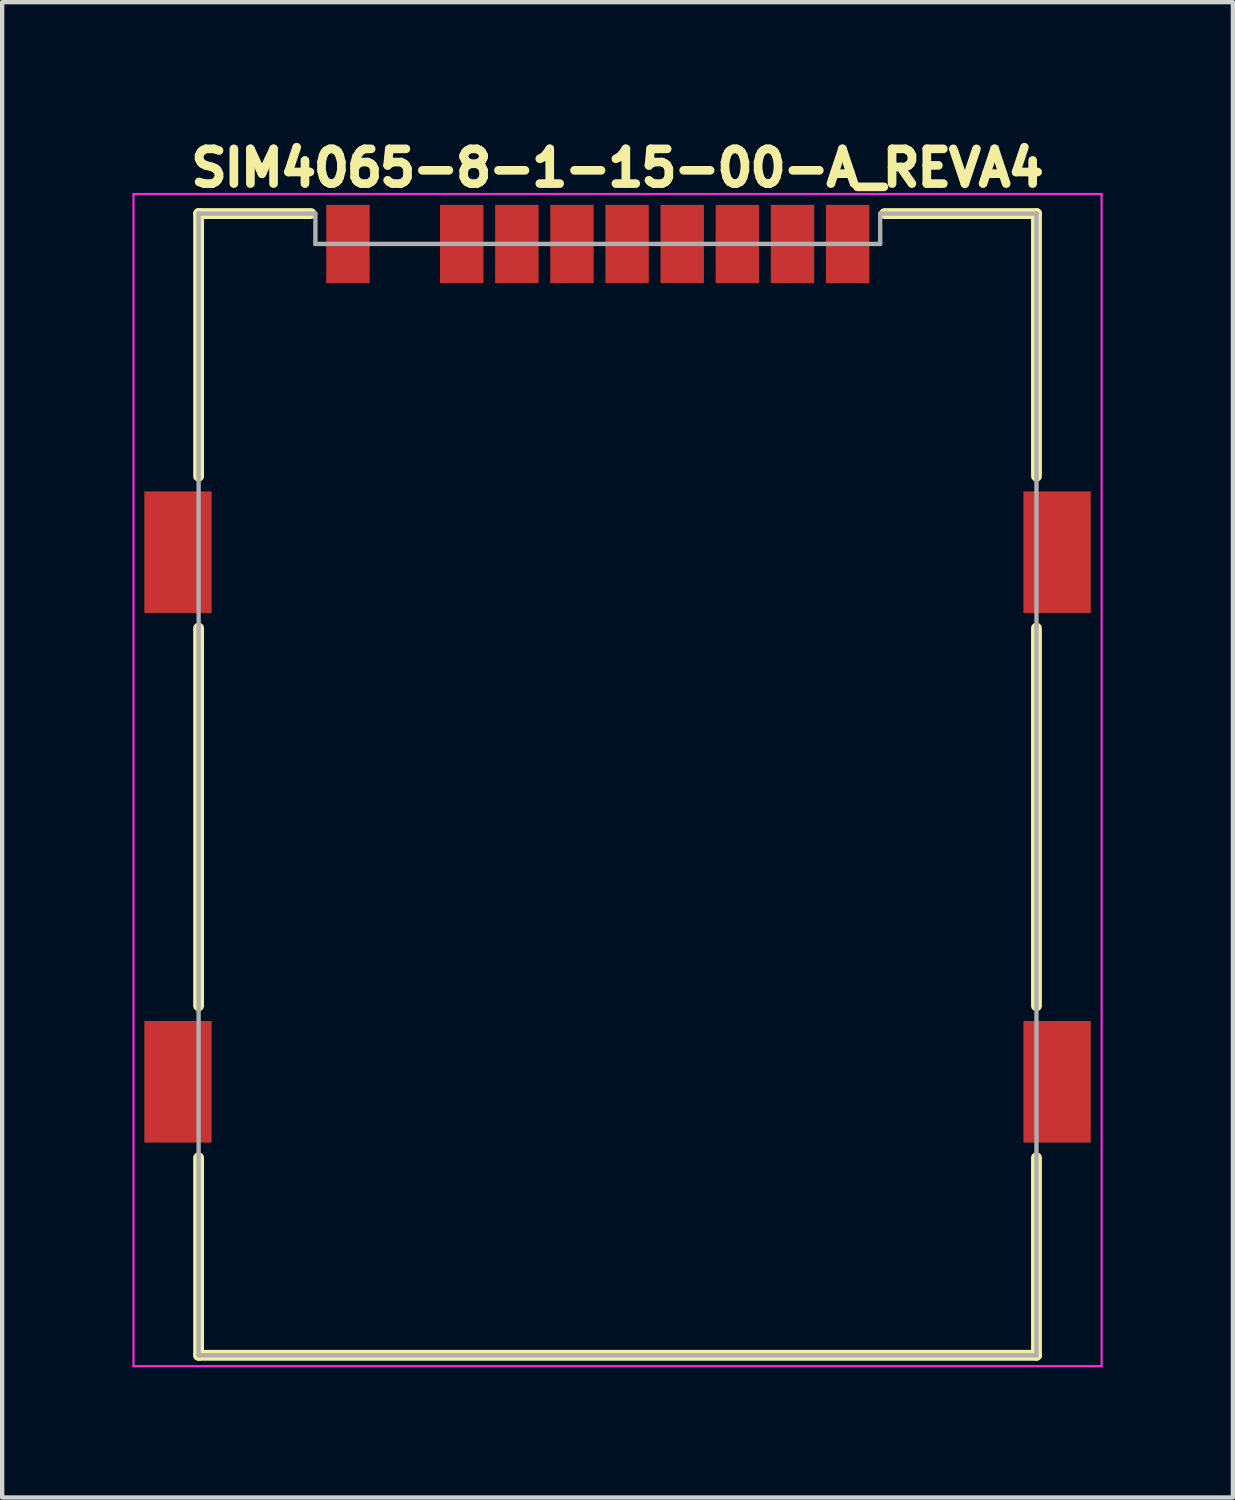
<source format=kicad_pcb>
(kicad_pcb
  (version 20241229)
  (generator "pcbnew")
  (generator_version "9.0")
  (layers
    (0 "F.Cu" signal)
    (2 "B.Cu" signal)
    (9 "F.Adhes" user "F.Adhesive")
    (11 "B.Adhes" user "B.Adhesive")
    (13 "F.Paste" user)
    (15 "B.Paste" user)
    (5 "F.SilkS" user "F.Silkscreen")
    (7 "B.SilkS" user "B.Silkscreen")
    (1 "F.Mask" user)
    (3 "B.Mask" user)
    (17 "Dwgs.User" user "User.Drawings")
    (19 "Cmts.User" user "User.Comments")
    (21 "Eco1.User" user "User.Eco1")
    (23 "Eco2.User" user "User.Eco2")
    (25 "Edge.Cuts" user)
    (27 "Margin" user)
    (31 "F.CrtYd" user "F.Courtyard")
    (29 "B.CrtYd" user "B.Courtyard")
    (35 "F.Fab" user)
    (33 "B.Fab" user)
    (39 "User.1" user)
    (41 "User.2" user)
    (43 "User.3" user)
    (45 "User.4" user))
  (footprint "SIM4065-8-1-15-00-A_REVA4"
    (layer "F.Cu")
    (at 11.175 14.919)
    (property "Reference" "SIM4065-8-1-15-00-A_REVA4" (at 0 -14.1 0) (layer "F.SilkS") (effects (font (size 0.8 0.8) (thickness 0.2) (bold yes))))
    (attr smd)
    (fp_line (start -9.65 -13.05) (end -7.06 -13.05) (stroke (width 0.25) (type solid)) (layer "F.SilkS"))
    (fp_line (start -9.65 -7) (end -9.65 -13.05) (stroke (width 0.25) (type solid)) (layer "F.SilkS"))
    (fp_line (start -9.65 -3.5) (end -9.65 5.2) (stroke (width 0.25) (type solid)) (layer "F.SilkS"))
    (fp_line (start -9.65 13.25) (end -9.65 8.7) (stroke (width 0.25) (type solid)) (layer "F.SilkS"))
    (fp_line (start -9.65 13.25) (end 9.65 13.25) (stroke (width 0.25) (type solid)) (layer "F.SilkS"))
    (fp_line (start 6.15 -13.05) (end 9.65 -13.05) (stroke (width 0.25) (type solid)) (layer "F.SilkS"))
    (fp_line (start 9.65 -7) (end 9.65 -13.05) (stroke (width 0.25) (type solid)) (layer "F.SilkS"))
    (fp_line (start 9.65 -3.5) (end 9.65 5.2) (stroke (width 0.25) (type solid)) (layer "F.SilkS"))
    (fp_line (start 9.65 13.25) (end 9.65 8.7) (stroke (width 0.25) (type solid)) (layer "F.SilkS"))
    (fp_line (start -11.15 -13.5) (end 11.15 -13.5) (stroke (width 0.05) (type solid)) (layer "F.CrtYd"))
    (fp_line (start -11.15 13.5) (end -11.15 -13.5) (stroke (width 0.05) (type solid)) (layer "F.CrtYd"))
    (fp_line (start -11.15 13.5) (end 11.15 13.5) (stroke (width 0.05) (type solid)) (layer "F.CrtYd"))
    (fp_line (start 11.15 13.5) (end 11.15 -13.5) (stroke (width 0.05) (type solid)) (layer "F.CrtYd"))
    (fp_line (start -9.65 -13.05) (end -6.96 -13.05) (stroke (width 0.1) (type solid)) (layer "F.Fab"))
    (fp_line (start -9.65 13.25) (end -9.65 -13.05) (stroke (width 0.1) (type solid)) (layer "F.Fab"))
    (fp_line (start -9.65 13.25) (end 9.65 13.25) (stroke (width 0.1) (type solid)) (layer "F.Fab"))
    (fp_line (start -6.96 -12.35) (end -6.96 -13.05) (stroke (width 0.1) (type solid)) (layer "F.Fab"))
    (fp_line (start -6.96 -12.35) (end 6.05 -12.35) (stroke (width 0.1) (type solid)) (layer "F.Fab"))
    (fp_line (start 6.05 -13.05) (end 9.65 -13.05) (stroke (width 0.1) (type solid)) (layer "F.Fab"))
    (fp_line (start 6.05 -12.35) (end 6.05 -13.05) (stroke (width 0.1) (type solid)) (layer "F.Fab"))
    (fp_line (start 9.65 13.25) (end 9.65 -13.05) (stroke (width 0.1) (type solid)) (layer "F.Fab"))
    (pad "C1" smd rect (at 5.3 -12.35) (size 1 1.8) (layers "F.Cu" "F.Mask" "F.Paste"))
    (pad "C2" smd rect (at 2.76 -12.35) (size 1 1.8) (layers "F.Cu" "F.Mask" "F.Paste"))
    (pad "C3" smd rect (at 0.22 -12.35) (size 1 1.8) (layers "F.Cu" "F.Mask" "F.Paste"))
    (pad "C4" smd rect (at -2.32 -12.35) (size 1 1.8) (layers "F.Cu" "F.Mask" "F.Paste"))
    (pad "C5" smd rect (at 4.03 -12.35) (size 1 1.8) (layers "F.Cu" "F.Mask" "F.Paste"))
    (pad "C6" smd rect (at 1.49 -12.35) (size 1 1.8) (layers "F.Cu" "F.Mask" "F.Paste"))
    (pad "C7" smd rect (at -1.05 -12.35) (size 1 1.8) (layers "F.Cu" "F.Mask" "F.Paste"))
    (pad "C8" smd rect (at -3.59 -12.35) (size 1 1.8) (layers "F.Cu" "F.Mask" "F.Paste"))
    (pad "CD" smd rect (at -6.21 -12.35) (size 1 1.8) (layers "F.Cu" "F.Mask" "F.Paste"))
    (pad "SH" smd rect (at -10.125 -5.25) (size 1.55 2.8) (layers "F.Cu" "F.Mask" "F.Paste"))
    (pad "SH" smd rect (at -10.125 6.95) (size 1.55 2.8) (layers "F.Cu" "F.Mask" "F.Paste"))
    (pad "SH" smd rect (at 10.125 -5.25) (size 1.55 2.8) (layers "F.Cu" "F.Mask" "F.Paste"))
    (pad "SH" smd rect (at 10.125 6.95) (size 1.55 2.8) (layers "F.Cu" "F.Mask" "F.Paste"))
    (zone (net_name "") (layer "F.Cu") (hatch full 0.508) (connect_pads) (min_thickness 0.01) (filled_areas_thickness no) (keepout (tracks not_allowed) (vias not_allowed) (pads not_allowed) (copperpour not_allowed) (footprints allowed)) (placement (enabled no)) (fill) (polygon (pts (xy 5.295 19.699) (xy 6.895 19.699) (xy 6.895 15.899) (xy 5.295 15.899))))
    (zone (net_name "") (layer "F.Cu") (hatch full 0.508) (connect_pads) (min_thickness 0.01) (filled_areas_thickness no) (keepout (tracks not_allowed) (vias not_allowed) (pads not_allowed) (copperpour not_allowed) (footprints allowed)) (placement (enabled no)) (fill) (polygon (pts (xy 5.295 27.299) (xy 6.895 27.299) (xy 6.895 23.599) (xy 5.295 23.599))))
    (zone (net_name "") (layer "F.Cu") (hatch full 0.508) (connect_pads) (min_thickness 0.01) (filled_areas_thickness no) (keepout (tracks not_allowed) (vias not_allowed) (pads not_allowed) (copperpour not_allowed) (footprints allowed)) (placement (enabled no)) (fill) (polygon (pts (xy 7.835 19.699) (xy 9.435 19.699) (xy 9.435 15.899) (xy 7.835 15.899))))
    (zone (net_name "") (layer "F.Cu") (hatch full 0.508) (connect_pads) (min_thickness 0.01) (filled_areas_thickness no) (keepout (tracks not_allowed) (vias not_allowed) (pads not_allowed) (copperpour not_allowed) (footprints allowed)) (placement (enabled no)) (fill) (polygon (pts (xy 7.835 27.299) (xy 9.435 27.299) (xy 9.435 23.599) (xy 7.835 23.599))))
    (zone (net_name "") (layer "F.Cu") (hatch full 0.508) (connect_pads) (min_thickness 0.01) (filled_areas_thickness no) (keepout (tracks not_allowed) (vias not_allowed) (pads not_allowed) (copperpour not_allowed) (footprints allowed)) (placement (enabled no)) (fill) (polygon (pts (xy 10.375 19.699) (xy 11.975 19.699) (xy 11.975 15.899) (xy 10.375 15.899))))
    (zone (net_name "") (layer "F.Cu") (hatch full 0.508) (connect_pads) (min_thickness 0.01) (filled_areas_thickness no) (keepout (tracks not_allowed) (vias not_allowed) (pads not_allowed) (copperpour not_allowed) (footprints allowed)) (placement (enabled no)) (fill) (polygon (pts (xy 10.375 27.299) (xy 11.975 27.299) (xy 11.975 23.599) (xy 10.375 23.599))))
    (zone (net_name "") (layer "F.Cu") (hatch full 0.508) (connect_pads) (min_thickness 0.01) (filled_areas_thickness no) (keepout (tracks not_allowed) (vias not_allowed) (pads not_allowed) (copperpour not_allowed) (footprints allowed)) (placement (enabled no)) (fill) (polygon (pts (xy 12.915 19.699) (xy 14.515 19.699) (xy 14.515 15.899) (xy 12.915 15.899))))
    (zone (net_name "") (layer "F.Cu") (hatch full 0.508) (connect_pads) (min_thickness 0.01) (filled_areas_thickness no) (keepout (tracks not_allowed) (vias not_allowed) (pads not_allowed) (copperpour not_allowed) (footprints allowed)) (placement (enabled no)) (fill) (polygon (pts (xy 12.915 27.299) (xy 14.515 27.299) (xy 14.515 23.599) (xy 12.915 23.599))))
    (zone (net_name "") (layer "F.Cu") (hatch full 0.508) (connect_pads) (min_thickness 0.01) (filled_areas_thickness no) (keepout (tracks not_allowed) (vias not_allowed) (pads not_allowed) (copperpour not_allowed) (footprints allowed)) (placement (enabled no)) (fill) (polygon (pts (xy 2.275 3.369) (xy 3.525 3.369) (xy 3.525 4.069) (xy 6.175 4.069) (xy 6.175 10.419) (xy 4.475 10.419) (xy 4.475 5.769) (xy 2.275 5.769))))
    (zone (net_name "") (layer "F.Cu") (hatch full 0.508) (connect_pads) (min_thickness 0.01) (filled_areas_thickness no) (keepout (tracks not_allowed) (vias not_allowed) (pads not_allowed) (copperpour not_allowed) (footprints allowed)) (placement (enabled no)) (fill) (polygon (pts (xy 17.325 28.169) (xy 20.625 28.169) (xy 20.625 23.369) (xy 20.425 23.369) (xy 20.425 20.369) (xy 20.625 20.369) (xy 20.625 11.169) (xy 20.425 11.169) (xy 20.425 8.169) (xy 20.625 8.169) (xy 20.625 2.069) (xy 17.325 2.069))))
    (zone (net_name "") (layers "F.Cu" "B.Cu") (hatch full 0.508) (connect_pads) (min_thickness 0.01) (filled_areas_thickness no) (keepout (tracks allowed) (vias not_allowed) (pads allowed) (copperpour allowed) (footprints allowed)) (placement (enabled no)) (fill) (polygon (pts (xy 5.295 19.699) (xy 6.895 19.699) (xy 6.895 15.899) (xy 5.295 15.899))))
    (zone (net_name "") (layers "F.Cu" "B.Cu") (hatch full 0.508) (connect_pads) (min_thickness 0.01) (filled_areas_thickness no) (keepout (tracks allowed) (vias not_allowed) (pads allowed) (copperpour allowed) (footprints allowed)) (placement (enabled no)) (fill) (polygon (pts (xy 5.295 27.299) (xy 6.895 27.299) (xy 6.895 23.599) (xy 5.295 23.599))))
    (zone (net_name "") (layers "F.Cu" "B.Cu") (hatch full 0.508) (connect_pads) (min_thickness 0.01) (filled_areas_thickness no) (keepout (tracks allowed) (vias not_allowed) (pads allowed) (copperpour allowed) (footprints allowed)) (placement (enabled no)) (fill) (polygon (pts (xy 7.835 19.699) (xy 9.435 19.699) (xy 9.435 15.899) (xy 7.835 15.899))))
    (zone (net_name "") (layers "F.Cu" "B.Cu") (hatch full 0.508) (connect_pads) (min_thickness 0.01) (filled_areas_thickness no) (keepout (tracks allowed) (vias not_allowed) (pads allowed) (copperpour allowed) (footprints allowed)) (placement (enabled no)) (fill) (polygon (pts (xy 7.835 27.299) (xy 9.435 27.299) (xy 9.435 23.599) (xy 7.835 23.599))))
    (zone (net_name "") (layers "F.Cu" "B.Cu") (hatch full 0.508) (connect_pads) (min_thickness 0.01) (filled_areas_thickness no) (keepout (tracks allowed) (vias not_allowed) (pads allowed) (copperpour allowed) (footprints allowed)) (placement (enabled no)) (fill) (polygon (pts (xy 10.375 19.699) (xy 11.975 19.699) (xy 11.975 15.899) (xy 10.375 15.899))))
    (zone (net_name "") (layers "F.Cu" "B.Cu") (hatch full 0.508) (connect_pads) (min_thickness 0.01) (filled_areas_thickness no) (keepout (tracks allowed) (vias not_allowed) (pads allowed) (copperpour allowed) (footprints allowed)) (placement (enabled no)) (fill) (polygon (pts (xy 10.375 27.299) (xy 11.975 27.299) (xy 11.975 23.599) (xy 10.375 23.599))))
    (zone (net_name "") (layers "F.Cu" "B.Cu") (hatch full 0.508) (connect_pads) (min_thickness 0.01) (filled_areas_thickness no) (keepout (tracks allowed) (vias not_allowed) (pads allowed) (copperpour allowed) (footprints allowed)) (placement (enabled no)) (fill) (polygon (pts (xy 12.915 19.699) (xy 14.515 19.699) (xy 14.515 15.899) (xy 12.915 15.899))))
    (zone (net_name "") (layers "F.Cu" "B.Cu") (hatch full 0.508) (connect_pads) (min_thickness 0.01) (filled_areas_thickness no) (keepout (tracks allowed) (vias not_allowed) (pads allowed) (copperpour allowed) (footprints allowed)) (placement (enabled no)) (fill) (polygon (pts (xy 12.915 27.299) (xy 14.515 27.299) (xy 14.515 23.599) (xy 12.915 23.599))))
    (zone (net_name "") (layers "F.Cu" "B.Cu") (hatch full 0.508) (connect_pads) (min_thickness 0.01) (filled_areas_thickness no) (keepout (tracks allowed) (vias not_allowed) (pads allowed) (copperpour allowed) (footprints allowed)) (placement (enabled no)) (fill) (polygon (pts (xy 2.275 3.369) (xy 3.525 3.369) (xy 3.525 4.069) (xy 6.175 4.069) (xy 6.175 10.419) (xy 4.475 10.419) (xy 4.475 5.769) (xy 2.275 5.769))))
    (zone (net_name "") (layers "F.Cu" "B.Cu") (hatch full 0.508) (connect_pads) (min_thickness 0.01) (filled_areas_thickness no) (keepout (tracks allowed) (vias not_allowed) (pads allowed) (copperpour allowed) (footprints allowed)) (placement (enabled no)) (fill) (polygon (pts (xy 17.325 28.169) (xy 20.625 28.169) (xy 20.625 23.369) (xy 20.425 23.369) (xy 20.425 20.369) (xy 20.625 20.369) (xy 20.625 11.169) (xy 20.425 11.169) (xy 20.425 8.169) (xy 20.625 8.169) (xy 20.625 2.069) (xy 17.325 2.069)))))
  (gr_rect
    (start -3 -3)
    (end 25.35 31.444)
    (stroke (width 0.1) (type default))
    (fill no)
    (layer "Edge.Cuts")))
</source>
